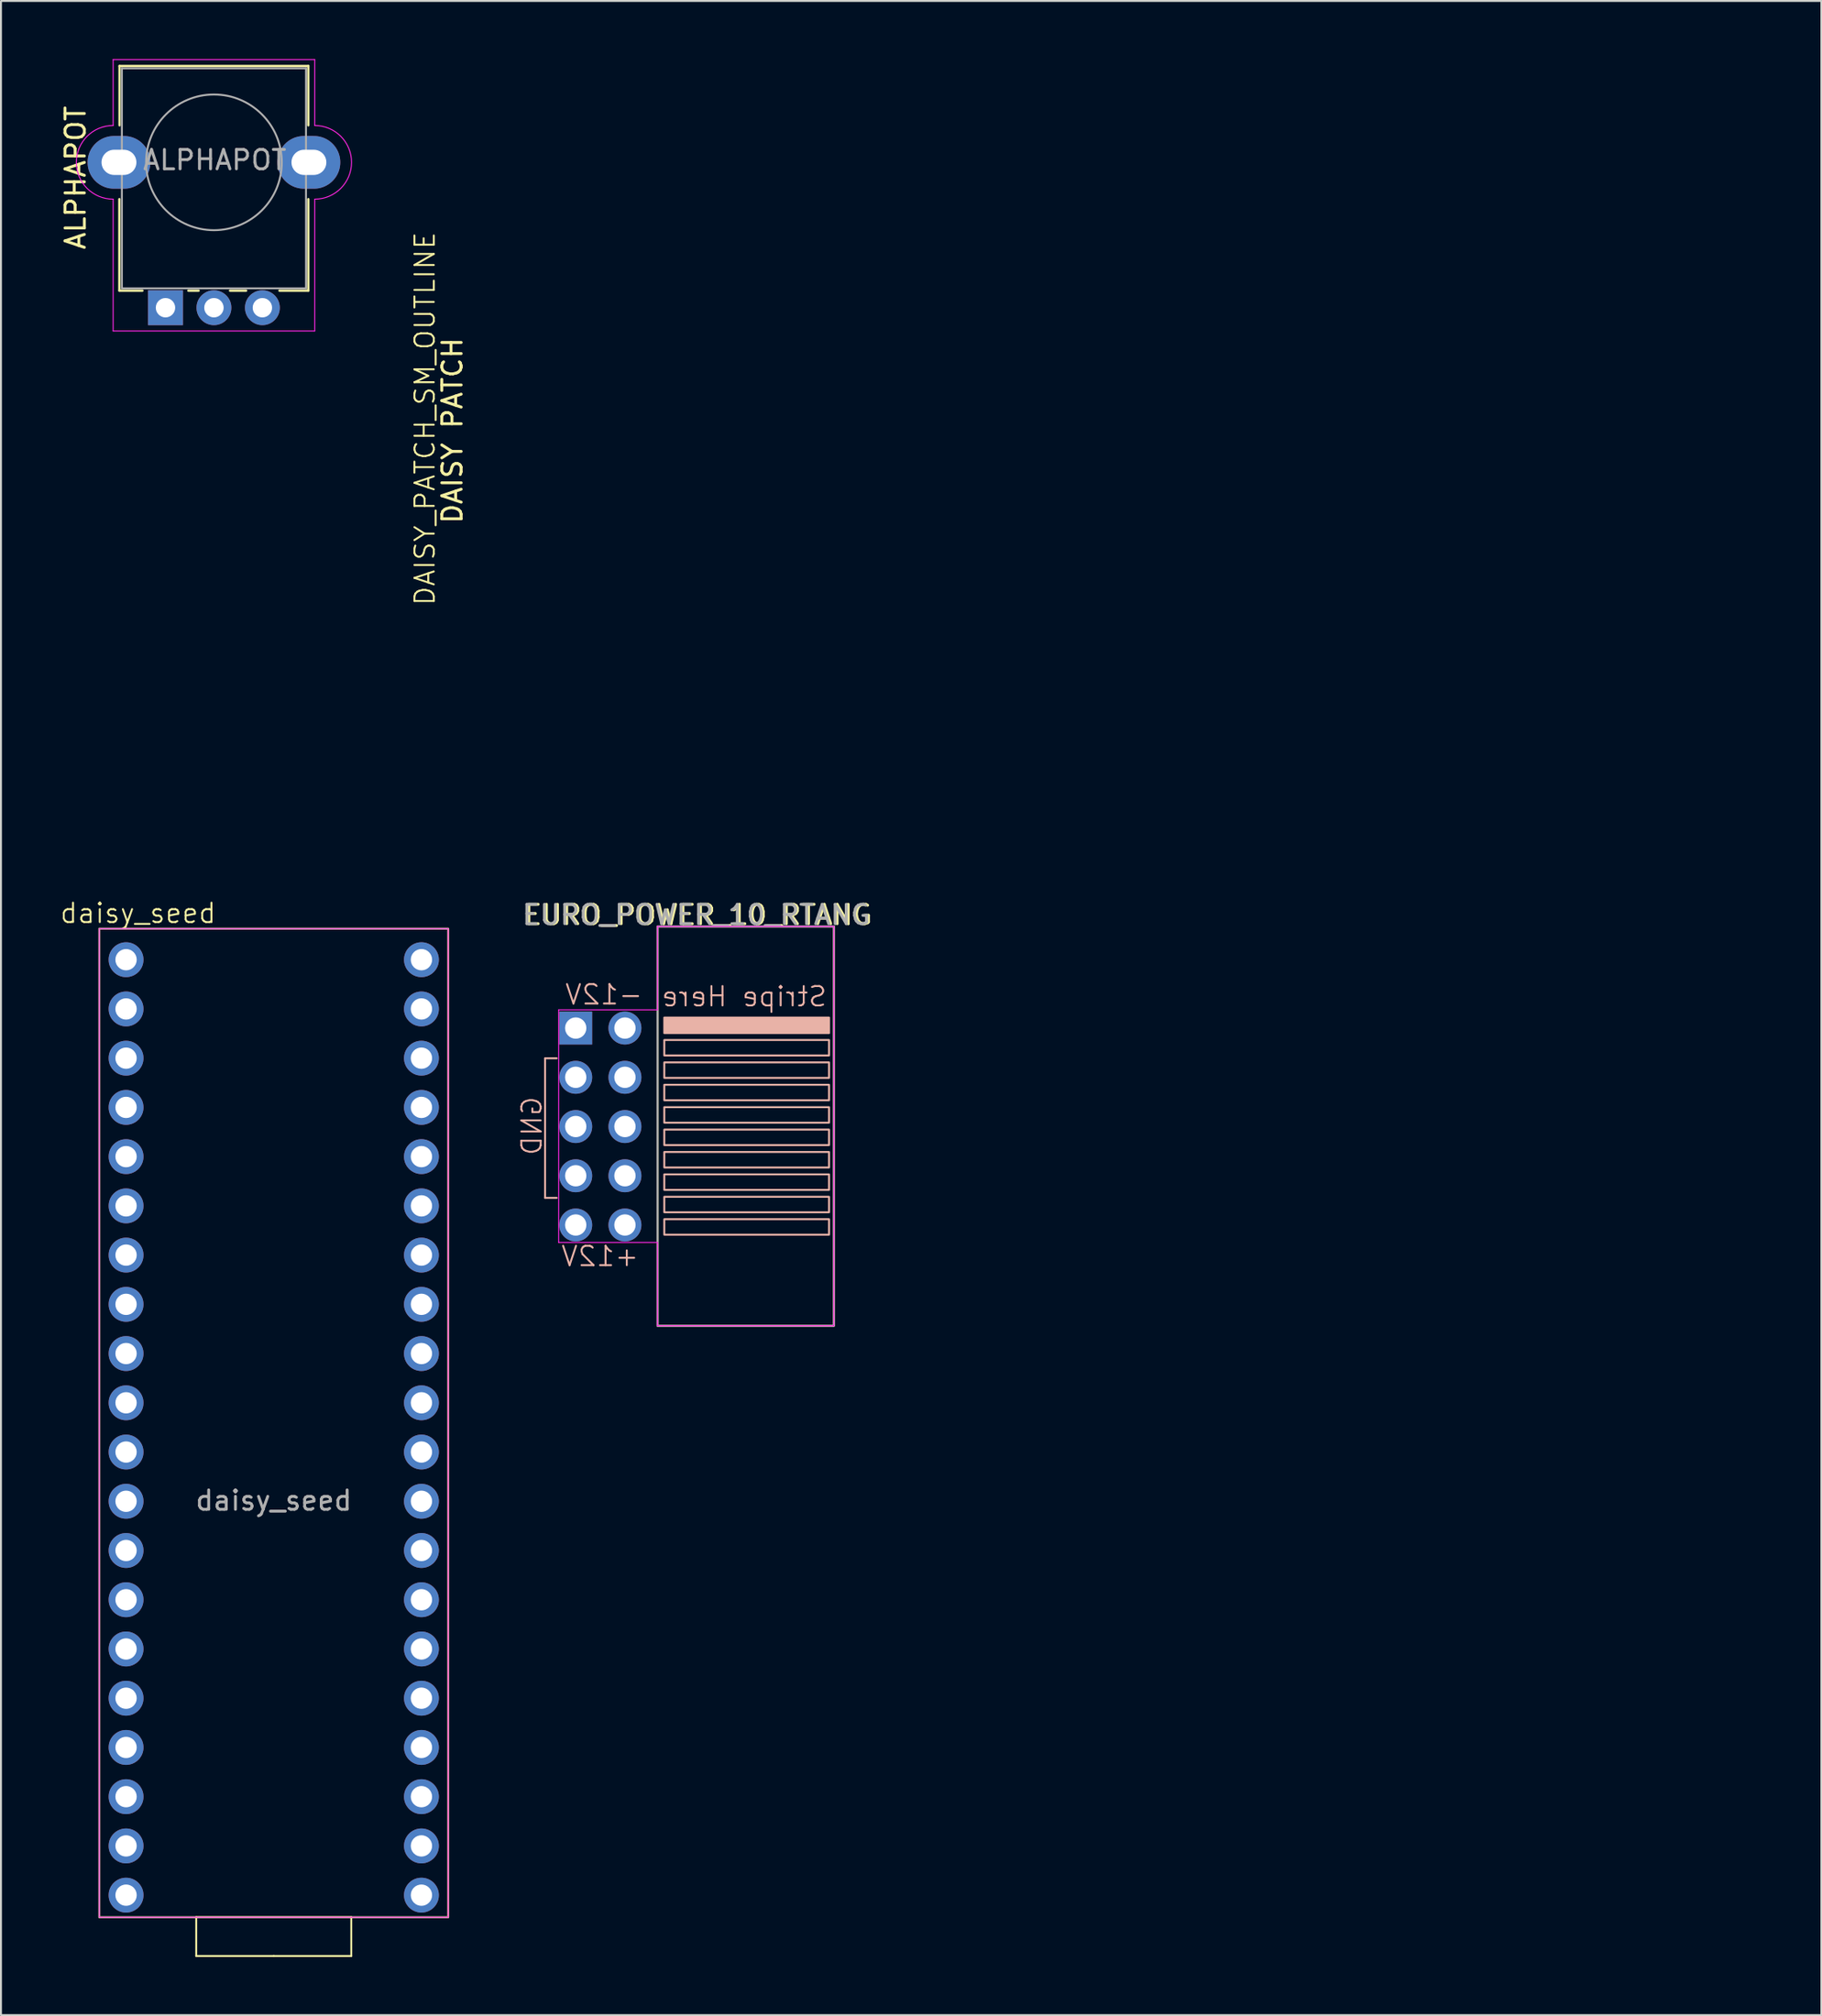
<source format=kicad_pcb>
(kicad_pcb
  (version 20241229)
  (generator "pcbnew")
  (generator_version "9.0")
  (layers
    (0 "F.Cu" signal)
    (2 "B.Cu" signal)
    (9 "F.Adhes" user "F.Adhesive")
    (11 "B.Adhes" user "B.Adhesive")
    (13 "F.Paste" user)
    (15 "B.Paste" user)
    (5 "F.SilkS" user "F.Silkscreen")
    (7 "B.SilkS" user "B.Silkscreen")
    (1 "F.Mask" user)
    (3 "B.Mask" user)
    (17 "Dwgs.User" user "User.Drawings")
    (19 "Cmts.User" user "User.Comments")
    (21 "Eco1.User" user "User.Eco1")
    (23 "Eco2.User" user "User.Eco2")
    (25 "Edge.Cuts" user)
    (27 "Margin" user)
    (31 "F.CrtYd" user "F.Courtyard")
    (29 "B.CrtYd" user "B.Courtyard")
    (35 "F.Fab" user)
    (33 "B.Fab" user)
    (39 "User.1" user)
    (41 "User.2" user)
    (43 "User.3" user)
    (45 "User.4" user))
  (footprint "daisy_seed"
    (layer "F.Cu")
    (at 11.074 71.861)
    (property "Reference" "daisy_seed" (at -7 -27.8 0) (unlocked yes) (layer "F.SilkS") (effects (font (size 1 1) (thickness 0.1))))
    (attr through_hole)
    (fp_line (start -4 24) (end 4 24) (stroke (width 0.1) (type default)) (layer "F.SilkS"))
    (fp_line (start -4 26) (end -4 24) (stroke (width 0.1) (type default)) (layer "F.SilkS"))
    (fp_line (start 0 26) (end -4 26) (stroke (width 0.1) (type default)) (layer "F.SilkS"))
    (fp_line (start 4 24) (end 4 26) (stroke (width 0.1) (type default)) (layer "F.SilkS"))
    (fp_line (start 4 26) (end 0 26) (stroke (width 0.1) (type default)) (layer "F.SilkS"))
    (fp_rect (start -9 -27) (end 9 24) (stroke (width 0.1) (type default)) (fill no) (layer "F.SilkS"))
    (fp_rect (start -9 -27) (end 9 24) (stroke (width 0.05) (type default)) (fill no) (layer "F.CrtYd"))
    (fp_text user "${REFERENCE}" (at 0 2.5 0) (unlocked yes) (layer "F.Fab") (effects (font (size 1 1) (thickness 0.15))))
    (pad "1" thru_hole circle (at 7.62 22.86) (size 1.8 1.8) (drill 1.1) (layers "*.Cu" "*.Mask"))
    (pad "2" thru_hole circle (at 7.62 20.32) (size 1.8 1.8) (drill 1.1) (layers "*.Cu" "*.Mask"))
    (pad "3" thru_hole circle (at 7.62 17.78) (size 1.8 1.8) (drill 1.1) (layers "*.Cu" "*.Mask"))
    (pad "4" thru_hole circle (at 7.62 15.24) (size 1.8 1.8) (drill 1.1) (layers "*.Cu" "*.Mask"))
    (pad "5" thru_hole circle (at 7.62 12.7) (size 1.8 1.8) (drill 1.1) (layers "*.Cu" "*.Mask"))
    (pad "6" thru_hole circle (at 7.62 10.16) (size 1.8 1.8) (drill 1.1) (layers "*.Cu" "*.Mask"))
    (pad "7" thru_hole circle (at 7.62 7.62) (size 1.8 1.8) (drill 1.1) (layers "*.Cu" "*.Mask"))
    (pad "8" thru_hole circle (at 7.62 5.08) (size 1.8 1.8) (drill 1.1) (layers "*.Cu" "*.Mask"))
    (pad "9" thru_hole circle (at 7.62 2.54) (size 1.8 1.8) (drill 1.1) (layers "*.Cu" "*.Mask"))
    (pad "10" thru_hole circle (at 7.62 0) (size 1.8 1.8) (drill 1.1) (layers "*.Cu" "*.Mask"))
    (pad "11" thru_hole circle (at 7.62 -2.54) (size 1.8 1.8) (drill 1.1) (layers "*.Cu" "*.Mask"))
    (pad "12" thru_hole circle (at 7.62 -5.08) (size 1.8 1.8) (drill 1.1) (layers "*.Cu" "*.Mask"))
    (pad "13" thru_hole circle (at 7.62 -7.62) (size 1.8 1.8) (drill 1.1) (layers "*.Cu" "*.Mask"))
    (pad "14" thru_hole circle (at 7.62 -10.16) (size 1.8 1.8) (drill 1.1) (layers "*.Cu" "*.Mask"))
    (pad "15" thru_hole circle (at 7.62 -12.7) (size 1.8 1.8) (drill 1.1) (layers "*.Cu" "*.Mask"))
    (pad "16" thru_hole circle (at 7.62 -15.24) (size 1.8 1.8) (drill 1.1) (layers "*.Cu" "*.Mask"))
    (pad "17" thru_hole circle (at 7.62 -17.78) (size 1.8 1.8) (drill 1.1) (layers "*.Cu" "*.Mask"))
    (pad "18" thru_hole circle (at 7.62 -20.32) (size 1.8 1.8) (drill 1.1) (layers "*.Cu" "*.Mask"))
    (pad "19" thru_hole circle (at 7.62 -22.86) (size 1.8 1.8) (drill 1.1) (layers "*.Cu" "*.Mask"))
    (pad "20" thru_hole circle (at 7.62 -25.4) (size 1.8 1.8) (drill 1.1) (layers "*.Cu" "*.Mask"))
    (pad "21" thru_hole circle (at -7.62 -25.4) (size 1.8 1.8) (drill 1.1) (layers "*.Cu" "*.Mask"))
    (pad "22" thru_hole circle (at -7.62 -22.86) (size 1.8 1.8) (drill 1.1) (layers "*.Cu" "*.Mask"))
    (pad "23" thru_hole circle (at -7.62 -20.32) (size 1.8 1.8) (drill 1.1) (layers "*.Cu" "*.Mask"))
    (pad "24" thru_hole circle (at -7.62 -17.78) (size 1.8 1.8) (drill 1.1) (layers "*.Cu" "*.Mask"))
    (pad "25" thru_hole circle (at -7.62 -15.24) (size 1.8 1.8) (drill 1.1) (layers "*.Cu" "*.Mask"))
    (pad "26" thru_hole circle (at -7.62 -12.7) (size 1.8 1.8) (drill 1.1) (layers "*.Cu" "*.Mask"))
    (pad "27" thru_hole circle (at -7.62 -10.16) (size 1.8 1.8) (drill 1.1) (layers "*.Cu" "*.Mask"))
    (pad "28" thru_hole circle (at -7.62 -7.62) (size 1.8 1.8) (drill 1.1) (layers "*.Cu" "*.Mask"))
    (pad "29" thru_hole circle (at -7.62 -5.08) (size 1.8 1.8) (drill 1.1) (layers "*.Cu" "*.Mask"))
    (pad "30" thru_hole circle (at -7.62 -2.54) (size 1.8 1.8) (drill 1.1) (layers "*.Cu" "*.Mask"))
    (pad "31" thru_hole circle (at -7.62 0) (size 1.8 1.8) (drill 1.1) (layers "*.Cu" "*.Mask"))
    (pad "32" thru_hole circle (at -7.62 2.54) (size 1.8 1.8) (drill 1.1) (layers "*.Cu" "*.Mask"))
    (pad "33" thru_hole circle (at -7.62 5.08) (size 1.8 1.8) (drill 1.1) (layers "*.Cu" "*.Mask"))
    (pad "34" thru_hole circle (at -7.62 7.62) (size 1.8 1.8) (drill 1.1) (layers "*.Cu" "*.Mask"))
    (pad "35" thru_hole circle (at -7.62 10.16) (size 1.8 1.8) (drill 1.1) (layers "*.Cu" "*.Mask"))
    (pad "36" thru_hole circle (at -7.62 12.7) (size 1.8 1.8) (drill 1.1) (layers "*.Cu" "*.Mask"))
    (pad "37" thru_hole circle (at -7.62 15.24) (size 1.8 1.8) (drill 1.1) (layers "*.Cu" "*.Mask"))
    (pad "38" thru_hole circle (at -7.62 17.78) (size 1.8 1.8) (drill 1.1) (layers "*.Cu" "*.Mask"))
    (pad "39" thru_hole circle (at -7.62 20.32) (size 1.8 1.8) (drill 1.1) (layers "*.Cu" "*.Mask"))
    (pad "40" thru_hole circle (at -7.62 22.86) (size 1.8 1.8) (drill 1.1) (layers "*.Cu" "*.Mask")))
  (footprint "EURO_POWER_10_RTANG"
    (layer "F.Cu")
    (at 23.374 46.048)
    (property "Reference" "EURO_POWER_10_RTANG" (at 9.6 -1.9 0) (layer "F.SilkS") (effects (font (size 1 1) (thickness 0.15))))
    (attr through_hole)
    (fp_rect (start 7.5 -1.3) (end 16.6 19.3) (stroke (width 0.1) (type default)) (fill no) (layer "F.SilkS"))
    (fp_line (start 1.7 5.5) (end 1.7 12.7) (stroke (width 0.1) (type default)) (layer "B.SilkS"))
    (fp_line (start 1.7 12.7) (end 2.3 12.7) (stroke (width 0.1) (type default)) (layer "B.SilkS"))
    (fp_line (start 2.3 5.5) (end 1.7 5.5) (stroke (width 0.1) (type default)) (layer "B.SilkS"))
    (fp_rect (start 7.85 3.4) (end 16.35 4.2) (stroke (width 0.1) (type solid)) (fill yes) (layer "B.SilkS"))
    (fp_rect (start 7.85 4.556) (end 16.35 5.356) (stroke (width 0.1) (type solid)) (fill no) (layer "B.SilkS"))
    (fp_rect (start 7.85 5.711) (end 16.35 6.511) (stroke (width 0.1) (type solid)) (fill no) (layer "B.SilkS"))
    (fp_rect (start 7.85 6.867) (end 16.35 7.667) (stroke (width 0.1) (type solid)) (fill no) (layer "B.SilkS"))
    (fp_rect (start 7.85 8.022) (end 16.35 8.822) (stroke (width 0.1) (type solid)) (fill no) (layer "B.SilkS"))
    (fp_rect (start 7.85 9.178) (end 16.35 9.978) (stroke (width 0.1) (type solid)) (fill no) (layer "B.SilkS"))
    (fp_rect (start 7.85 10.333) (end 16.35 11.133) (stroke (width 0.1) (type solid)) (fill no) (layer "B.SilkS"))
    (fp_rect (start 7.85 11.489) (end 16.35 12.289) (stroke (width 0.1) (type solid)) (fill no) (layer "B.SilkS"))
    (fp_rect (start 7.85 12.644) (end 16.35 13.444) (stroke (width 0.1) (type solid)) (fill no) (layer "B.SilkS"))
    (fp_rect (start 7.85 13.8) (end 16.35 14.6) (stroke (width 0.1) (type solid)) (fill no) (layer "B.SilkS"))
    (fp_line (start 2.4 3) (end 7.5 3) (stroke (width 0.05) (type default)) (layer "F.CrtYd"))
    (fp_line (start 2.4 15) (end 2.4 3) (stroke (width 0.05) (type default)) (layer "F.CrtYd"))
    (fp_line (start 7.5 -1.3) (end 16.6 -1.3) (stroke (width 0.05) (type default)) (layer "F.CrtYd"))
    (fp_line (start 7.5 3) (end 7.5 -1.3) (stroke (width 0.05) (type default)) (layer "F.CrtYd"))
    (fp_line (start 7.5 15) (end 2.4 15) (stroke (width 0.05) (type default)) (layer "F.CrtYd"))
    (fp_line (start 7.5 19.3) (end 7.5 15) (stroke (width 0.05) (type default)) (layer "F.CrtYd"))
    (fp_line (start 16.6 -1.3) (end 16.6 19.3) (stroke (width 0.05) (type default)) (layer "F.CrtYd"))
    (fp_line (start 16.6 19.3) (end 7.5 19.3) (stroke (width 0.05) (type default)) (layer "F.CrtYd"))
    (fp_rect (start 7.5 -1.3) (end 16.6 19.3) (stroke (width 0.1) (type default)) (fill no) (layer "F.Fab"))
    (fp_text user "Stripe Here" (at 16.3 2.9 0) (unlocked yes) (layer "B.SilkS") (effects (font (size 1 1) (thickness 0.1)) (justify left bottom mirror)))
    (fp_text user "-12V" (at 6.8 2.8 0) (unlocked yes) (layer "B.SilkS") (effects (font (size 1 1) (thickness 0.1)) (justify left bottom mirror)))
    (fp_text user "GND" (at 1.6 7.4 90) (unlocked yes) (layer "B.SilkS") (effects (font (size 1 1) (thickness 0.1)) (justify left bottom mirror)))
    (fp_text user "+12V" (at 6.6 16.3 0) (unlocked yes) (layer "B.SilkS") (effects (font (size 1 1) (thickness 0.1)) (justify left bottom mirror)))
    (fp_text user "${REFERENCE}" (at 9.5 -1.9 180) (layer "F.Fab") (effects (font (size 1 1) (thickness 0.15))))
    (pad "1" thru_hole rect (at 3.28 3.94) (size 1.7 1.7) (drill 1.1) (layers "*.Cu" "*.Mask"))
    (pad "2" thru_hole circle (at 5.82 3.94) (size 1.7 1.7) (drill 1.1) (layers "*.Cu" "*.Mask"))
    (pad "3" thru_hole circle (at 3.28 6.48) (size 1.7 1.7) (drill 1.1) (layers "*.Cu" "*.Mask"))
    (pad "4" thru_hole circle (at 5.82 6.48) (size 1.7 1.7) (drill 1.1) (layers "*.Cu" "*.Mask"))
    (pad "5" thru_hole circle (at 3.28 9.02) (size 1.7 1.7) (drill 1.1) (layers "*.Cu" "*.Mask"))
    (pad "6" thru_hole circle (at 5.82 9.02 90) (size 1.7 1.7) (drill 1.1) (layers "*.Cu" "*.Mask"))
    (pad "7" thru_hole circle (at 3.28 11.56) (size 1.7 1.7) (drill 1.1) (layers "*.Cu" "*.Mask"))
    (pad "8" thru_hole circle (at 5.82 11.56) (size 1.7 1.7) (drill 1.1) (layers "*.Cu" "*.Mask"))
    (pad "9" thru_hole circle (at 3.28 14.1) (size 1.7 1.7) (drill 1.1) (layers "*.Cu" "*.Mask"))
    (pad "10" thru_hole circle (at 5.82 14.1) (size 1.7 1.7) (drill 1.1) (layers "*.Cu" "*.Mask")))
  (footprint "ALPHAPOT"
    (layer "F.Cu")
    (at 2.488 4.825)
    (property "Reference" "ALPHAPOT" (at -1.64 1.29 270) (layer "F.SilkS") (effects (font (size 1 1) (thickness 0.15))))
    (attr through_hole)
    (fp_line (start 0.62 7.12) (end 0.62 2.4) (stroke (width 0.12) (type solid)) (layer "F.SilkS"))
    (fp_line (start 0.63 -1.41) (end 0.63 -4.47) (stroke (width 0.12) (type solid)) (layer "F.SilkS"))
    (fp_line (start 1.81 7.12) (end 0.63 7.12) (stroke (width 0.12) (type solid)) (layer "F.SilkS"))
    (fp_line (start 4.71 7.12) (end 4.18 7.12) (stroke (width 0.12) (type solid)) (layer "F.SilkS"))
    (fp_line (start 7.16 7.12) (end 6.33 7.12) (stroke (width 0.12) (type solid)) (layer "F.SilkS"))
    (fp_line (start 10.37 -4.47) (end 0.63 -4.47) (stroke (width 0.12) (type solid)) (layer "F.SilkS"))
    (fp_line (start 10.37 -1.41) (end 10.37 -4.47) (stroke (width 0.12) (type solid)) (layer "F.SilkS"))
    (fp_line (start 10.37 7.12) (end 8.88 7.12) (stroke (width 0.12) (type solid)) (layer "F.SilkS"))
    (fp_line (start 10.37 7.12) (end 10.37 2.4) (stroke (width 0.12) (type solid)) (layer "F.SilkS"))
    (fp_line (start 0.3 -1.4) (end 0.3 -4.8) (stroke (width 0.05) (type default)) (layer "F.CrtYd"))
    (fp_line (start 0.3 2.4) (end 0.3 9.2) (stroke (width 0.05) (type solid)) (layer "F.CrtYd"))
    (fp_line (start 0.3 9.2) (end 10.7 9.2) (stroke (width 0.05) (type solid)) (layer "F.CrtYd"))
    (fp_line (start 10.7 -4.8) (end 0.3 -4.8) (stroke (width 0.05) (type solid)) (layer "F.CrtYd"))
    (fp_line (start 10.7 -1.4) (end 10.7 -4.8) (stroke (width 0.05) (type default)) (layer "F.CrtYd"))
    (fp_line (start 10.7 9.2) (end 10.7 2.4) (stroke (width 0.05) (type solid)) (layer "F.CrtYd"))
    (fp_arc (start 0.3 2.4) (mid -1.6 0.5) (end 0.3 -1.4) (stroke (width 0.05) (type default)) (layer "F.CrtYd"))
    (fp_arc (start 10.7 -1.4) (mid 12.6 0.5) (end 10.7 2.4) (stroke (width 0.05) (type default)) (layer "F.CrtYd"))
    (fp_line (start 0.75 7) (end 0.75 -4.35) (stroke (width 0.1) (type solid)) (layer "F.Fab"))
    (fp_line (start 10.25 -4.35) (end 0.75 -4.35) (stroke (width 0.1) (type solid)) (layer "F.Fab"))
    (fp_line (start 10.25 7) (end 0.75 7) (stroke (width 0.1) (type solid)) (layer "F.Fab"))
    (fp_line (start 10.25 7) (end 10.25 -4.35) (stroke (width 0.1) (type solid)) (layer "F.Fab"))
    (fp_circle (center 5.5 0.5) (end 2 0.5) (stroke (width 0.1) (type solid)) (fill no) (layer "F.Fab"))
    (fp_text user "${REFERENCE}" (at 5.54 0.38 180) (layer "F.Fab") (effects (font (size 1 1) (thickness 0.15))))
    (pad "" thru_hole oval (at 0.6 0.5 180) (size 3.24 2.72) (drill oval 1.8 1.3) (layers "*.Cu" "*.Mask"))
    (pad "" thru_hole oval (at 10.4 0.5 270) (size 2.72 3.24) (drill oval 1.3 1.8) (layers "*.Cu" "*.Mask"))
    (pad "1" thru_hole rect (at 3 8 180) (size 1.8 1.8) (drill 1) (layers "*.Cu" "*.Mask"))
    (pad "2" thru_hole circle (at 5.5 8 180) (size 1.8 1.8) (drill 1) (layers "*.Cu" "*.Mask"))
    (pad "3" thru_hole circle (at 8 8 180) (size 1.8 1.8) (drill 1) (layers "*.Cu" "*.Mask")))
  (footprint "DAISY_PATCH_SM_OUTLINE"
    (layer "F.Cu")
    (at 21.374 40.05)
    (property "Reference" "DAISY_PATCH_SM_OUTLINE" (at -2.5 -21.5 90) (unlocked yes) (layer "F.SilkS") (effects (font (size 1 1) (thickness 0.1))))
    (fp_line (start 0.65 -36.54) (end 13.35 -36.54) (stroke (width 0.1) (type solid)) (layer "User.2"))
    (fp_line (start 0.65 -32.41) (end 0.65 -36.54) (stroke (width 0.1) (type solid)) (layer "User.2"))
    (fp_line (start 0.65 -8.54) (end 13.35 -8.54) (stroke (width 0.1) (type solid)) (layer "User.2"))
    (fp_line (start 0.65 -4.41) (end 0.65 -8.54) (stroke (width 0.1) (type solid)) (layer "User.2"))
    (fp_line (start 1.6 -31.46) (end 0.65 -32.41) (stroke (width 0.1) (type solid)) (layer "User.2"))
    (fp_line (start 1.6 -3.46) (end 0.65 -4.41) (stroke (width 0.1) (type solid)) (layer "User.2"))
    (fp_line (start 6 -34) (end 8 -34) (stroke (width 0.1) (type default)) (layer "User.2"))
    (fp_line (start 6 -6) (end 8 -6) (stroke (width 0.1) (type default)) (layer "User.2"))
    (fp_line (start 7 -35) (end 7 -33) (stroke (width 0.1) (type default)) (layer "User.2"))
    (fp_line (start 7 -7) (end 7 -5) (stroke (width 0.1) (type default)) (layer "User.2"))
    (fp_line (start 13.35 -36.54) (end 13.35 -31.46) (stroke (width 0.1) (type solid)) (layer "User.2"))
    (fp_line (start 13.35 -31.46) (end 1.6 -31.46) (stroke (width 0.1) (type solid)) (layer "User.2"))
    (fp_line (start 13.35 -8.54) (end 13.35 -3.46) (stroke (width 0.1) (type solid)) (layer "User.2"))
    (fp_line (start 13.35 -3.46) (end 1.6 -3.46) (stroke (width 0.1) (type solid)) (layer "User.2"))
    (fp_line (start 59.46 -38.4) (end 60.41 -39.35) (stroke (width 0.1) (type solid)) (layer "User.2"))
    (fp_line (start 59.46 -26.65) (end 59.46 -38.4) (stroke (width 0.1) (type solid)) (layer "User.2"))
    (fp_line (start 59.46 -12.4) (end 60.41 -13.35) (stroke (width 0.1) (type solid)) (layer "User.2"))
    (fp_line (start 59.46 -0.65) (end 59.46 -12.4) (stroke (width 0.1) (type solid)) (layer "User.2"))
    (fp_line (start 60.41 -39.35) (end 64.54 -39.35) (stroke (width 0.1) (type solid)) (layer "User.2"))
    (fp_line (start 60.41 -13.35) (end 64.54 -13.35) (stroke (width 0.1) (type solid)) (layer "User.2"))
    (fp_line (start 61 -33) (end 63 -33) (stroke (width 0.1) (type default)) (layer "User.2"))
    (fp_line (start 61 -7) (end 63 -7) (stroke (width 0.1) (type default)) (layer "User.2"))
    (fp_line (start 62 -34) (end 62 -32) (stroke (width 0.1) (type default)) (layer "User.2"))
    (fp_line (start 62 -8) (end 62 -6) (stroke (width 0.1) (type default)) (layer "User.2"))
    (fp_line (start 64.54 -39.35) (end 64.54 -26.65) (stroke (width 0.1) (type solid)) (layer "User.2"))
    (fp_line (start 64.54 -26.65) (end 59.46 -26.65) (stroke (width 0.1) (type solid)) (layer "User.2"))
    (fp_line (start 64.54 -13.35) (end 64.54 -0.65) (stroke (width 0.1) (type solid)) (layer "User.2"))
    (fp_line (start 64.54 -0.65) (end 59.46 -0.65) (stroke (width 0.1) (type solid)) (layer "User.2"))
    (fp_rect (start 0 -38.5) (end 14 -29.5) (stroke (width 0.1) (type default)) (fill no) (layer "User.2"))
    (fp_rect (start 0 -10.5) (end 14 -1.5) (stroke (width 0.1) (type default)) (fill no) (layer "User.2"))
    (fp_rect (start 57.5 -40) (end 66.5 -26) (stroke (width 0.1) (type default)) (fill no) (layer "User.2"))
    (fp_rect (start 57.5 -14) (end 66.5 0) (stroke (width 0.1) (type default)) (fill no) (layer "User.2"))
    (fp_circle (center 7 -34) (end 7 -34.5) (stroke (width 0.1) (type default)) (fill no) (layer "User.2"))
    (fp_circle (center 7 -6) (end 7 -6.5) (stroke (width 0.1) (type default)) (fill no) (layer "User.2"))
    (fp_circle (center 62 -33) (end 62 -33.5) (stroke (width 0.1) (type default)) (fill no) (layer "User.2"))
    (fp_circle (center 62 -7) (end 62 -7.5) (stroke (width 0.1) (type default)) (fill no) (layer "User.2"))
    (fp_text user "DAISY PATCH" (at -0.5 -16 90) (unlocked yes) (layer "F.SilkS") (effects (font (size 1 1) (thickness 0.15)) (justify left bottom)))
    (fp_text user "CON D" (at 15.7 -3.5 90) (unlocked yes) (layer "User.2") (effects (font (size 1 1) (thickness 0.15)) (justify left bottom)))
    (fp_text user "CON C" (at 59.6 -14.4 0) (unlocked yes) (layer "User.2") (effects (font (size 1 1) (thickness 0.15)) (justify left bottom)))
    (fp_text user "CON B" (at 59.6 -24.6 0) (unlocked yes) (layer "User.2") (effects (font (size 1 1) (thickness 0.1)) (justify left bottom)))
    (fp_text user "CON A" (at 15.6 -31.6 90) (unlocked yes) (layer "User.2") (effects (font (size 1 1) (thickness 0.1)) (justify left bottom))))
  (gr_rect
    (start -3 -3)
    (end 90.924 100.91)
    (stroke (width 0.1) (type default))
    (fill no)
    (layer "Edge.Cuts")))
</source>
